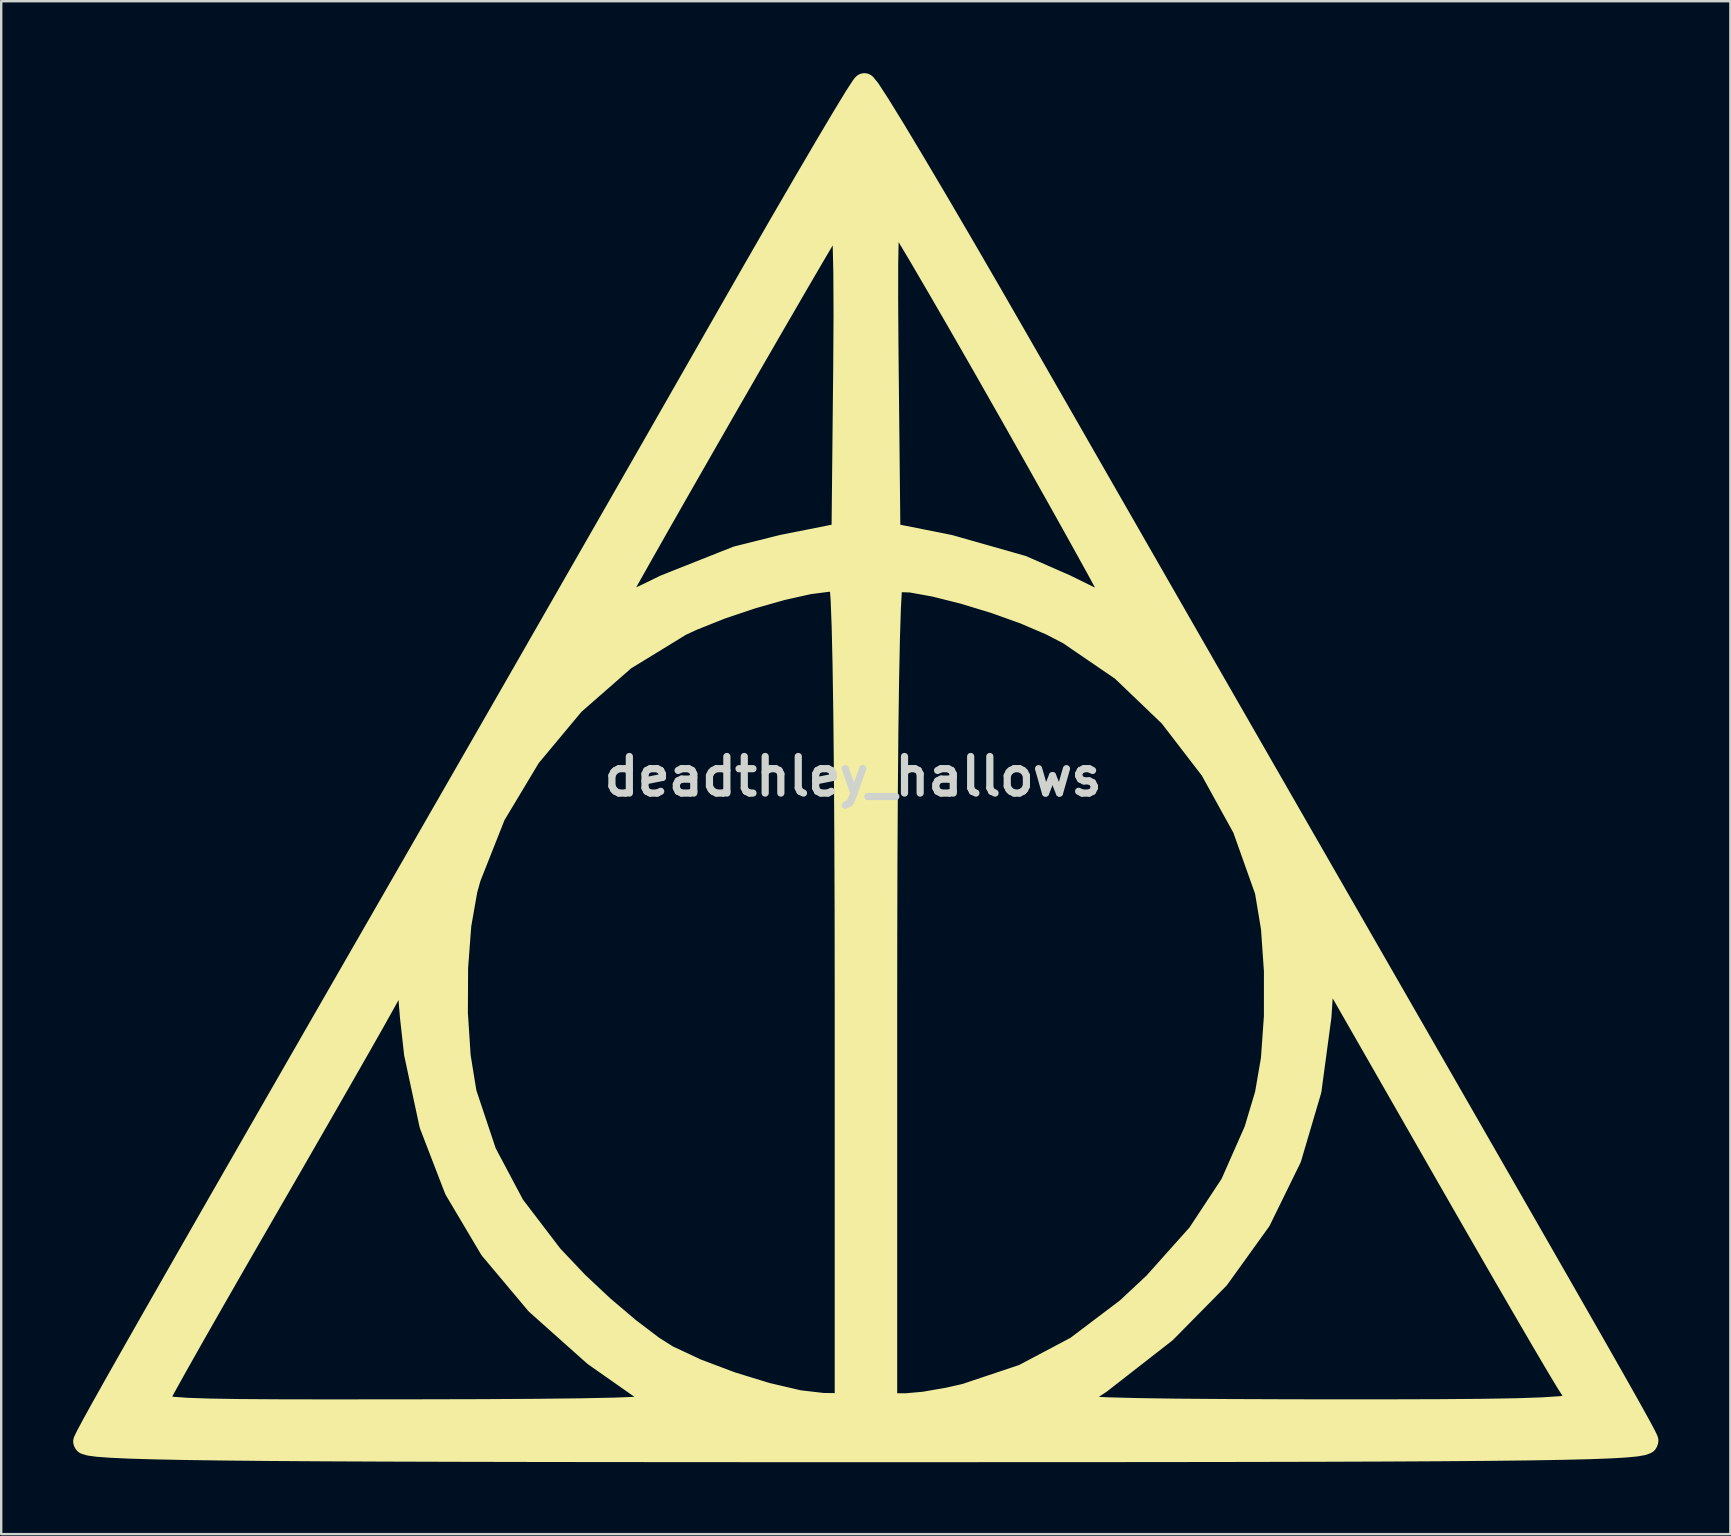
<source format=kicad_pcb>
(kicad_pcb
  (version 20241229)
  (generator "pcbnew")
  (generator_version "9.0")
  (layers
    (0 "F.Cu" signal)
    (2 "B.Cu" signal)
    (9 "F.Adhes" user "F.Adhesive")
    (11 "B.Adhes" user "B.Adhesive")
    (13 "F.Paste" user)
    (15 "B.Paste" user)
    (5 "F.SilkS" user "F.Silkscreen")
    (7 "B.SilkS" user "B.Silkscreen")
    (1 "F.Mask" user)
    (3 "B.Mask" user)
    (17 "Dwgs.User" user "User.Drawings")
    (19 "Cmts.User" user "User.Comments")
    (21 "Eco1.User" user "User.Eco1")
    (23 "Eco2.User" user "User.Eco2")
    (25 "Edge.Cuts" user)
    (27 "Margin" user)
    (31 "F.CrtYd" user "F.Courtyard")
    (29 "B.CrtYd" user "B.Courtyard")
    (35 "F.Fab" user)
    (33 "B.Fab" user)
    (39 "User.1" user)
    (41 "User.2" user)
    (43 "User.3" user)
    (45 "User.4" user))
  (footprint "deadthley_hallows"
    (layer "F.Cu")
    (at 32.502 29.31)
    (property "Reference" "deadthley_hallows" (at 0 0 0) (layer "Edge.Cuts") (effects (font (size 1.524 1.524) (thickness 0.3))))
    (attr through_hole)
    (fp_poly (pts (xy 0.642 -28.599) (xy 1.051 -27.969) (xy 1.671 -26.963) (xy 2.474 -25.626) (xy 3.435 -24.004) (xy 4.526 -22.141) (xy 5.721 -20.081) (xy 6.993 -17.87) (xy 7.005 -17.85) (xy 8.564 -15.131) (xy 10.318 -12.072) (xy 12.196 -8.797) (xy 14.128 -5.43) (xy 16.043 -2.094) (xy 17.87 1.087) (xy 19.537 3.989) (xy 19.934 4.679) (xy 22.113 8.472) (xy 24.042 11.829) (xy 25.733 14.774) (xy 27.203 17.336) (xy 28.467 19.539) (xy 29.54 21.412) (xy 30.436 22.979) (xy 31.171 24.268) (xy 31.76 25.305) (xy 32.218 26.117) (xy 32.559 26.729) (xy 32.801 27.168) (xy 32.956 27.461) (xy 33.041 27.634) (xy 33.058 27.676) (xy 33.035 27.736) (xy 32.9 27.789) (xy 32.627 27.837) (xy 32.187 27.879) (xy 31.556 27.916) (xy 30.704 27.948) (xy 29.607 27.975) (xy 28.236 27.999) (xy 26.565 28.018) (xy 24.568 28.034) (xy 22.217 28.047) (xy 19.485 28.057) (xy 16.346 28.064) (xy 12.773 28.069) (xy 8.738 28.072) (xy 4.216 28.073) (xy 0.535 28.074) (xy -4.416 28.073) (xy -8.858 28.07) (xy -12.816 28.066) (xy -16.317 28.059) (xy -19.385 28.05) (xy -22.048 28.038) (xy -24.33 28.023) (xy -26.258 28.004) (xy -27.856 27.982) (xy -29.152 27.955) (xy -30.169 27.925) (xy -30.935 27.89) (xy -31.475 27.85) (xy -31.814 27.804) (xy -31.978 27.754) (xy -32.002 27.711) (xy -31.891 27.482) (xy -31.64 27.013) (xy -31.237 26.283) (xy -31.143 26.117) (xy -29.041 26.117) (xy -28.969 26.212) (xy -28.76 26.288) (xy -28.366 26.347) (xy -27.74 26.391) (xy -26.835 26.422) (xy -25.604 26.442) (xy -23.999 26.453) (xy -21.974 26.457) (xy -19.481 26.455) (xy -18.276 26.454) (xy -15.485 26.447) (xy -13.191 26.433) (xy -11.358 26.412) (xy -9.95 26.383) (xy -8.928 26.344) (xy -8.257 26.293) (xy -7.9 26.231) (xy -7.819 26.155) (xy -7.858 26.12) (xy -10.76 24.085) (xy -13.158 21.946) (xy -15.076 19.661) (xy -16.541 17.192) (xy -17.579 14.499) (xy -18.215 11.543) (xy -18.384 10.026) (xy -18.398 9.859) (xy -16.554 9.859) (xy -16.438 11.655) (xy -16.195 13.152) (xy -16.172 13.245) (xy -15.356 15.689) (xy -14.182 17.901) (xy -12.582 19.998) (xy -11.517 21.123) (xy -10.459 22.115) (xy -9.364 23.044) (xy -8.377 23.793) (xy -7.754 24.188) (xy -6.522 24.764) (xy -5.082 25.306) (xy -3.606 25.759) (xy -2.268 26.071) (xy -1.27 26.188) (xy -0.267 26.202) (xy -0.267 9.106) (xy 1.337 9.106) (xy 1.337 26.202) (xy 2.216 26.202) (xy 2.225 26.201) (xy 8.904 26.201) (xy 9.143 26.269) (xy 9.68 26.324) (xy 10.553 26.368) (xy 11.797 26.401) (xy 13.451 26.426) (xy 15.551 26.442) (xy 18.134 26.452) (xy 19.317 26.454) (xy 22.104 26.455) (xy 24.398 26.448) (xy 26.242 26.433) (xy 27.677 26.408) (xy 28.746 26.371) (xy 29.491 26.322) (xy 29.954 26.259) (xy 30.176 26.18) (xy 30.213 26.122) (xy 30.043 25.61) (xy 29.972 25.52) (xy 29.789 25.238) (xy 29.372 24.544) (xy 28.751 23.489) (xy 27.957 22.127) (xy 27.02 20.51) (xy 25.97 18.689) (xy 24.839 16.718) (xy 24.663 16.41) (xy 19.594 7.554) (xy 19.434 9.995) (xy 19.02 13.067) (xy 18.189 15.885) (xy 16.918 18.479) (xy 15.19 20.881) (xy 12.982 23.12) (xy 10.276 25.229) (xy 8.927 26.12) (xy 8.904 26.201) (xy 2.225 26.201) (xy 2.965 26.135) (xy 3.967 25.961) (xy 4.69 25.797) (xy 7.116 24.985) (xy 9.33 23.813) (xy 11.444 22.213) (xy 12.586 21.146) (xy 14.418 19.095) (xy 15.796 17.005) (xy 16.791 14.75) (xy 17.241 13.245) (xy 17.493 11.779) (xy 17.619 9.998) (xy 17.62 8.107) (xy 17.495 6.31) (xy 17.246 4.811) (xy 17.222 4.718) (xy 16.304 2.137) (xy 14.95 -0.315) (xy 13.233 -2.547) (xy 11.227 -4.468) (xy 9.004 -5.987) (xy 8.268 -6.369) (xy 7.155 -6.846) (xy 5.898 -7.296) (xy 4.612 -7.687) (xy 3.415 -7.987) (xy 2.424 -8.167) (xy 1.758 -8.194) (xy 1.588 -8.145) (xy 1.537 -7.85) (xy 1.492 -7.048) (xy 1.451 -5.77) (xy 1.416 -4.043) (xy 1.386 -1.896) (xy 1.364 0.642) (xy 1.347 3.543) (xy 1.339 6.777) (xy 1.337 9.106) (xy -0.267 9.106) (xy -0.271 5.665) (xy -0.283 2.539) (xy -0.301 -0.244) (xy -0.326 -2.656) (xy -0.357 -4.666) (xy -0.394 -6.247) (xy -0.437 -7.37) (xy -0.484 -8.005) (xy -0.518 -8.145) (xy -0.997 -8.204) (xy -1.853 -8.093) (xy -2.969 -7.843) (xy -4.229 -7.486) (xy -5.515 -7.053) (xy -6.709 -6.577) (xy -7.2 -6.35) (xy -9.549 -4.912) (xy -11.677 -3.05) (xy -13.51 -0.851) (xy -14.978 1.595) (xy -16.009 4.201) (xy -16.153 4.718) (xy -16.411 6.185) (xy -16.545 7.967) (xy -16.554 9.859) (xy -18.398 9.859) (xy -18.582 7.62) (xy -19.613 9.492) (xy -20.013 10.205) (xy -20.636 11.303) (xy -21.44 12.709) (xy -22.378 14.345) (xy -23.408 16.135) (xy -24.484 17.999) (xy -24.744 18.448) (xy -25.773 20.232) (xy -26.719 21.882) (xy -27.548 23.337) (xy -28.225 24.536) (xy -28.715 25.417) (xy -28.984 25.921) (xy -29.022 26.002) (xy -29.041 26.117) (xy -31.143 26.117) (xy -30.67 25.273) (xy -29.928 23.963) (xy -28.999 22.331) (xy -27.873 20.359) (xy -26.537 18.025) (xy -24.98 15.31) (xy -23.19 12.194) (xy -21.157 8.657) (xy -18.868 4.678) (xy -18.715 4.412) (xy -17.063 1.538) (xy -15.308 -1.516) (xy -13.502 -4.663) (xy -12.243 -6.86) (xy -10.16 -6.86) (xy -9.938 -6.927) (xy -9.341 -7.188) (xy -8.471 -7.598) (xy -7.821 -7.916) (xy -4.832 -9.103) (xy -2.941 -9.577) (xy -0.401 -10.082) (xy -0.33 -16.997) (xy -0.316 -19.214) (xy -0.319 -19.92) (xy 1.377 -19.92) (xy 1.389 -18.027) (xy 1.399 -17.001) (xy 1.471 -10.082) (xy 4.011 -9.576) (xy 7.032 -8.717) (xy 8.823 -7.933) (xy 9.81 -7.448) (xy 10.599 -7.077) (xy 11.082 -6.871) (xy 11.179 -6.846) (xy 11.072 -7.081) (xy 10.729 -7.728) (xy 10.181 -8.734) (xy 9.456 -10.045) (xy 8.583 -11.609) (xy 7.592 -13.372) (xy 6.666 -15.012) (xy 5.578 -16.925) (xy 4.561 -18.7) (xy 3.647 -20.281) (xy 2.87 -21.611) (xy 2.262 -22.634) (xy 1.856 -23.294) (xy 1.698 -23.524) (xy 1.585 -23.581) (xy 1.499 -23.446) (xy 1.438 -23.065) (xy 1.398 -22.386) (xy 1.379 -21.355) (xy 1.377 -19.92) (xy -0.319 -19.92) (xy -0.325 -21.014) (xy -0.355 -22.37) (xy -0.405 -23.256) (xy -0.476 -23.645) (xy -0.512 -23.653) (xy -0.69 -23.38) (xy -1.092 -22.709) (xy -1.683 -21.706) (xy -2.425 -20.434) (xy -3.282 -18.957) (xy -4.218 -17.338) (xy -5.195 -15.641) (xy -6.177 -13.93) (xy -7.128 -12.268) (xy -8.011 -10.72) (xy -8.789 -9.348) (xy -9.426 -8.217) (xy -9.885 -7.39) (xy -10.13 -6.931) (xy -10.16 -6.86) (xy -12.243 -6.86) (xy -11.697 -7.812) (xy -9.943 -10.873) (xy -8.292 -13.756) (xy -6.797 -16.372) (xy -5.507 -18.63) (xy -5.307 -18.981) (xy -4.115 -21.064) (xy -3.001 -22.999) (xy -1.992 -24.736) (xy -1.118 -26.227) (xy -0.407 -27.424) (xy 0.112 -28.278) (xy 0.411 -28.74) (xy 0.47 -28.81) (xy 0.642 -28.599)) (stroke (width 1) (type solid)) (fill yes) (layer "F.SilkS")))
  (gr_rect
    (start -3 -3)
    (end 69.06 60.883)
    (stroke (width 0.1) (type default))
    (fill no)
    (layer "Edge.Cuts")))
</source>
